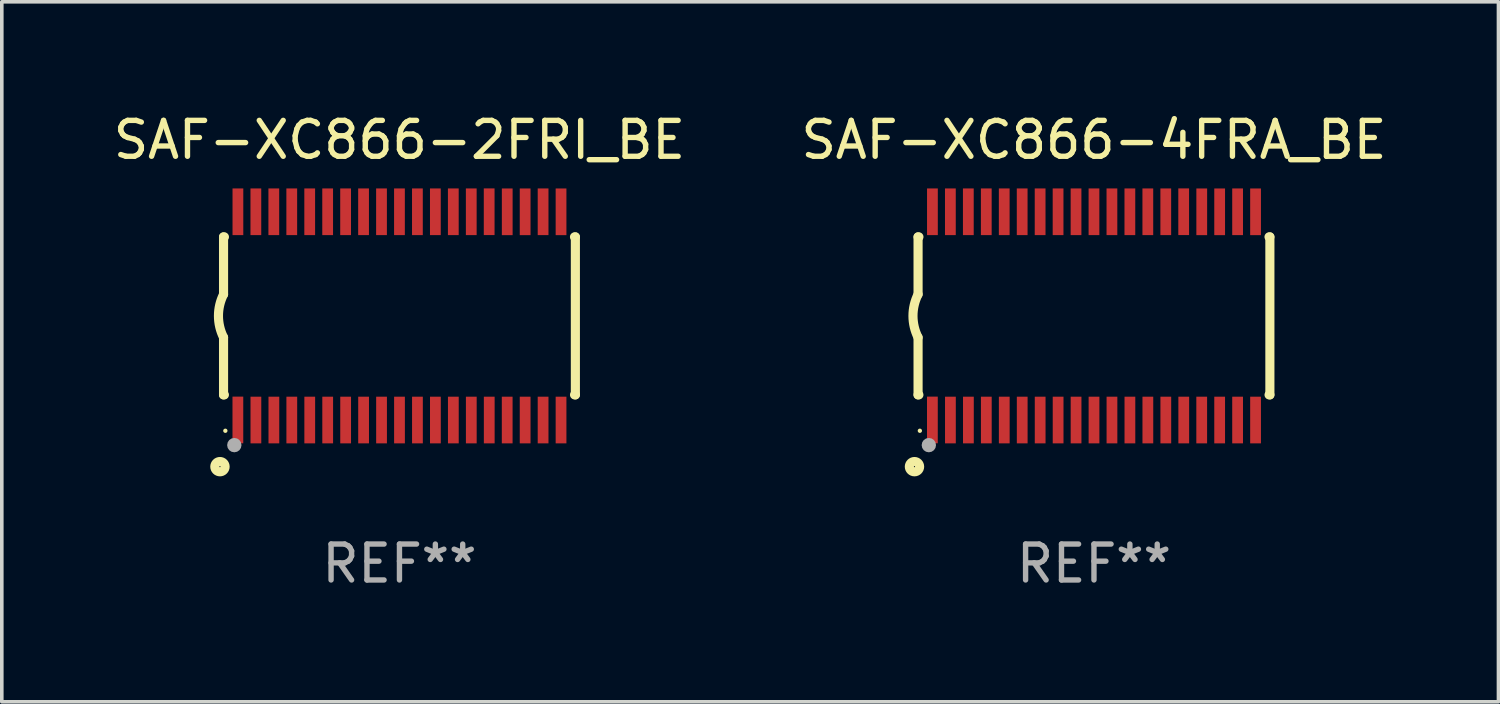
<source format=kicad_pcb>
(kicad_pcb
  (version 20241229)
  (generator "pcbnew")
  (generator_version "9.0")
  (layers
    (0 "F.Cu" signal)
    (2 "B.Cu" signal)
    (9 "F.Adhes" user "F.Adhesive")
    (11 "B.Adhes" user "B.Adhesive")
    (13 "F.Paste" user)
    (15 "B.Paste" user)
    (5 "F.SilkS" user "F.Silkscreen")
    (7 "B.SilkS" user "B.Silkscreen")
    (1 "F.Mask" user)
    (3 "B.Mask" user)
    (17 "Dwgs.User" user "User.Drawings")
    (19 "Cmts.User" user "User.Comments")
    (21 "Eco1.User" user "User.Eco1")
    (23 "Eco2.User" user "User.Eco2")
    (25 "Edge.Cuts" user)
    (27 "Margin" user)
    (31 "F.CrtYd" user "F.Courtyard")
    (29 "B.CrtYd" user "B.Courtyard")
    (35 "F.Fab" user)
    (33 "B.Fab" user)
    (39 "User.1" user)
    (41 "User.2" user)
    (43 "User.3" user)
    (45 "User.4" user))
  (footprint "SAF-XC866-4FRA_BE"
    (layer "F.Cu")
    (at 27.423 5.749)
    (property "Reference" "SAF-XC866-4FRA_BE" (at 0 -4.901 0) (layer "F.SilkS") (effects (font (size 1 1) (thickness 0.15))))
    (attr through_hole)
    (fp_line (start -4.9 -2.2) (end -4.9 -0.6) (stroke (width 0.254) (type solid)) (layer "F.SilkS"))
    (fp_line (start -4.9 -2.2) (end -4.876 -2.2) (stroke (width 0.254) (type solid)) (layer "F.SilkS"))
    (fp_line (start -4.9 2.2) (end -4.9 0.6) (stroke (width 0.254) (type solid)) (layer "F.SilkS"))
    (fp_line (start -4.9 2.2) (end -4.877 2.2) (stroke (width 0.254) (type solid)) (layer "F.SilkS"))
    (fp_line (start 4.876 -2.2) (end 4.9 -2.2) (stroke (width 0.254) (type solid)) (layer "F.SilkS"))
    (fp_line (start 4.877 2.2) (end 4.9 2.2) (stroke (width 0.254) (type solid)) (layer "F.SilkS"))
    (fp_line (start 4.9 -2.2) (end 4.9 2.2) (stroke (width 0.254) (type solid)) (layer "F.SilkS"))
    (fp_arc (start -4.900051 0.599822) (mid -5.041652 -0.000095) (end -4.9 -0.6) (stroke (width 0.254001) (type solid)) (layer "F.SilkS"))
    (fp_circle (center -5 4.2) (end -4.857 4.2) (stroke (width 0.254) (type solid)) (fill no) (layer "F.SilkS"))
    (fp_circle (center -4.85 3.2) (end -4.82 3.2) (stroke (width 0.06) (type solid)) (fill no) (layer "F.SilkS"))
    (fp_circle (center -4.6 3.6) (end -4.5 3.6) (stroke (width 0.2) (type solid)) (fill no) (layer "F.Fab"))
    (fp_text user "REF**" (at 0 6.901 0) (layer "F.Fab") (effects (font (size 1 1) (thickness 0.15))))
    (pad "1" smd rect (at -4.501 2.899 90) (size 1.3 0.3) (layers "F.Cu" "F.Mask" "F.Paste"))
    (pad "2" smd rect (at -3.999 2.901 90) (size 1.3 0.3) (layers "F.Cu" "F.Mask" "F.Paste"))
    (pad "3" smd rect (at -3.498 2.901 90) (size 1.3 0.3) (layers "F.Cu" "F.Mask" "F.Paste"))
    (pad "4" smd rect (at -2.999 2.901 90) (size 1.3 0.3) (layers "F.Cu" "F.Mask" "F.Paste"))
    (pad "5" smd rect (at -2.499 2.901 90) (size 1.3 0.3) (layers "F.Cu" "F.Mask" "F.Paste"))
    (pad "6" smd rect (at -1.999 2.901 90) (size 1.3 0.3) (layers "F.Cu" "F.Mask" "F.Paste"))
    (pad "7" smd rect (at -1.499 2.901 90) (size 1.3 0.3) (layers "F.Cu" "F.Mask" "F.Paste"))
    (pad "8" smd rect (at -0.999 2.901 90) (size 1.3 0.3) (layers "F.Cu" "F.Mask" "F.Paste"))
    (pad "9" smd rect (at -0.499 2.901 90) (size 1.3 0.3) (layers "F.Cu" "F.Mask" "F.Paste"))
    (pad "10" smd rect (at 0.001 2.901 90) (size 1.3 0.3) (layers "F.Cu" "F.Mask" "F.Paste"))
    (pad "11" smd rect (at 0.501 2.901 90) (size 1.3 0.3) (layers "F.Cu" "F.Mask" "F.Paste"))
    (pad "12" smd rect (at 1.001 2.901 90) (size 1.3 0.3) (layers "F.Cu" "F.Mask" "F.Paste"))
    (pad "13" smd rect (at 1.501 2.901 90) (size 1.3 0.3) (layers "F.Cu" "F.Mask" "F.Paste"))
    (pad "14" smd rect (at 2.001 2.901 90) (size 1.3 0.3) (layers "F.Cu" "F.Mask" "F.Paste"))
    (pad "15" smd rect (at 2.501 2.901 90) (size 1.3 0.3) (layers "F.Cu" "F.Mask" "F.Paste"))
    (pad "16" smd rect (at 3.001 2.901 90) (size 1.3 0.3) (layers "F.Cu" "F.Mask" "F.Paste"))
    (pad "17" smd rect (at 3.501 2.901 90) (size 1.3 0.3) (layers "F.Cu" "F.Mask" "F.Paste"))
    (pad "18" smd rect (at 4.001 2.901 90) (size 1.3 0.3) (layers "F.Cu" "F.Mask" "F.Paste"))
    (pad "19" smd rect (at 4.501 2.901 90) (size 1.3 0.3) (layers "F.Cu" "F.Mask" "F.Paste"))
    (pad "20" smd rect (at 4.501 -2.899 90) (size 1.3 0.3) (layers "F.Cu" "F.Mask" "F.Paste"))
    (pad "21" smd rect (at 4.001 -2.9 90) (size 1.3 0.3) (layers "F.Cu" "F.Mask" "F.Paste"))
    (pad "22" smd rect (at 3.501 -2.899 90) (size 1.3 0.3) (layers "F.Cu" "F.Mask" "F.Paste"))
    (pad "23" smd rect (at 3.002 -2.899 90) (size 1.3 0.3) (layers "F.Cu" "F.Mask" "F.Paste"))
    (pad "24" smd rect (at 2.499 -2.901 90) (size 1.3 0.3) (layers "F.Cu" "F.Mask" "F.Paste"))
    (pad "25" smd rect (at 2 -2.9 90) (size 1.3 0.3) (layers "F.Cu" "F.Mask" "F.Paste"))
    (pad "26" smd rect (at 1.5 -2.9 90) (size 1.3 0.3) (layers "F.Cu" "F.Mask" "F.Paste"))
    (pad "27" smd rect (at 1 -2.9 90) (size 1.3 0.3) (layers "F.Cu" "F.Mask" "F.Paste"))
    (pad "28" smd rect (at 0.5 -2.9 90) (size 1.3 0.3) (layers "F.Cu" "F.Mask" "F.Paste"))
    (pad "29" smd rect (at 0.000127 -2.9 90) (size 1.3 0.3) (layers "F.Cu" "F.Mask" "F.Paste"))
    (pad "30" smd rect (at -0.5 -2.9 90) (size 1.3 0.3) (layers "F.Cu" "F.Mask" "F.Paste"))
    (pad "31" smd rect (at -1 -2.9 90) (size 1.3 0.3) (layers "F.Cu" "F.Mask" "F.Paste"))
    (pad "32" smd rect (at -1.5 -2.9 90) (size 1.3 0.3) (layers "F.Cu" "F.Mask" "F.Paste"))
    (pad "33" smd rect (at -2 -2.9 90) (size 1.3 0.3) (layers "F.Cu" "F.Mask" "F.Paste"))
    (pad "34" smd rect (at -2.5 -2.9 90) (size 1.3 0.3) (layers "F.Cu" "F.Mask" "F.Paste"))
    (pad "35" smd rect (at -3 -2.9 90) (size 1.3 0.3) (layers "F.Cu" "F.Mask" "F.Paste"))
    (pad "36" smd rect (at -3.5 -2.9 90) (size 1.3 0.3) (layers "F.Cu" "F.Mask" "F.Paste"))
    (pad "37" smd rect (at -4 -2.9 90) (size 1.3 0.3) (layers "F.Cu" "F.Mask" "F.Paste"))
    (pad "38" smd rect (at -4.5 -2.9 90) (size 1.3 0.3) (layers "F.Cu" "F.Mask" "F.Paste")))
  (footprint "SAF-XC866-2FRI_BE"
    (layer "F.Cu")
    (at 8.077 5.749)
    (property "Reference" "SAF-XC866-2FRI_BE" (at 0 -4.901 0) (layer "F.SilkS") (effects (font (size 1 1) (thickness 0.15))))
    (attr through_hole)
    (fp_line (start -4.9 -2.2) (end -4.9 -0.6) (stroke (width 0.254) (type solid)) (layer "F.SilkS"))
    (fp_line (start -4.9 -2.2) (end -4.876 -2.2) (stroke (width 0.254) (type solid)) (layer "F.SilkS"))
    (fp_line (start -4.9 2.2) (end -4.9 0.6) (stroke (width 0.254) (type solid)) (layer "F.SilkS"))
    (fp_line (start -4.9 2.2) (end -4.877 2.2) (stroke (width 0.254) (type solid)) (layer "F.SilkS"))
    (fp_line (start 4.876 -2.2) (end 4.9 -2.2) (stroke (width 0.254) (type solid)) (layer "F.SilkS"))
    (fp_line (start 4.877 2.2) (end 4.9 2.2) (stroke (width 0.254) (type solid)) (layer "F.SilkS"))
    (fp_line (start 4.9 -2.2) (end 4.9 2.2) (stroke (width 0.254) (type solid)) (layer "F.SilkS"))
    (fp_arc (start -4.900051 0.599822) (mid -5.041652 -0.000095) (end -4.9 -0.6) (stroke (width 0.254001) (type solid)) (layer "F.SilkS"))
    (fp_circle (center -5 4.2) (end -4.857 4.2) (stroke (width 0.254) (type solid)) (fill no) (layer "F.SilkS"))
    (fp_circle (center -4.85 3.2) (end -4.82 3.2) (stroke (width 0.06) (type solid)) (fill no) (layer "F.SilkS"))
    (fp_circle (center -4.6 3.6) (end -4.5 3.6) (stroke (width 0.2) (type solid)) (fill no) (layer "F.Fab"))
    (fp_text user "REF**" (at 0 6.901 0) (layer "F.Fab") (effects (font (size 1 1) (thickness 0.15))))
    (pad "1" smd rect (at -4.501 2.899 90) (size 1.3 0.3) (layers "F.Cu" "F.Mask" "F.Paste"))
    (pad "2" smd rect (at -3.999 2.901 90) (size 1.3 0.3) (layers "F.Cu" "F.Mask" "F.Paste"))
    (pad "3" smd rect (at -3.498 2.901 90) (size 1.3 0.3) (layers "F.Cu" "F.Mask" "F.Paste"))
    (pad "4" smd rect (at -2.999 2.901 90) (size 1.3 0.3) (layers "F.Cu" "F.Mask" "F.Paste"))
    (pad "5" smd rect (at -2.499 2.901 90) (size 1.3 0.3) (layers "F.Cu" "F.Mask" "F.Paste"))
    (pad "6" smd rect (at -1.999 2.901 90) (size 1.3 0.3) (layers "F.Cu" "F.Mask" "F.Paste"))
    (pad "7" smd rect (at -1.499 2.901 90) (size 1.3 0.3) (layers "F.Cu" "F.Mask" "F.Paste"))
    (pad "8" smd rect (at -0.999 2.901 90) (size 1.3 0.3) (layers "F.Cu" "F.Mask" "F.Paste"))
    (pad "9" smd rect (at -0.499 2.901 90) (size 1.3 0.3) (layers "F.Cu" "F.Mask" "F.Paste"))
    (pad "10" smd rect (at 0.001 2.901 90) (size 1.3 0.3) (layers "F.Cu" "F.Mask" "F.Paste"))
    (pad "11" smd rect (at 0.501 2.901 90) (size 1.3 0.3) (layers "F.Cu" "F.Mask" "F.Paste"))
    (pad "12" smd rect (at 1.001 2.901 90) (size 1.3 0.3) (layers "F.Cu" "F.Mask" "F.Paste"))
    (pad "13" smd rect (at 1.501 2.901 90) (size 1.3 0.3) (layers "F.Cu" "F.Mask" "F.Paste"))
    (pad "14" smd rect (at 2.001 2.901 90) (size 1.3 0.3) (layers "F.Cu" "F.Mask" "F.Paste"))
    (pad "15" smd rect (at 2.501 2.901 90) (size 1.3 0.3) (layers "F.Cu" "F.Mask" "F.Paste"))
    (pad "16" smd rect (at 3.001 2.901 90) (size 1.3 0.3) (layers "F.Cu" "F.Mask" "F.Paste"))
    (pad "17" smd rect (at 3.501 2.901 90) (size 1.3 0.3) (layers "F.Cu" "F.Mask" "F.Paste"))
    (pad "18" smd rect (at 4.001 2.901 90) (size 1.3 0.3) (layers "F.Cu" "F.Mask" "F.Paste"))
    (pad "19" smd rect (at 4.501 2.901 90) (size 1.3 0.3) (layers "F.Cu" "F.Mask" "F.Paste"))
    (pad "20" smd rect (at 4.501 -2.899 90) (size 1.3 0.3) (layers "F.Cu" "F.Mask" "F.Paste"))
    (pad "21" smd rect (at 4.001 -2.9 90) (size 1.3 0.3) (layers "F.Cu" "F.Mask" "F.Paste"))
    (pad "22" smd rect (at 3.501 -2.899 90) (size 1.3 0.3) (layers "F.Cu" "F.Mask" "F.Paste"))
    (pad "23" smd rect (at 3.002 -2.899 90) (size 1.3 0.3) (layers "F.Cu" "F.Mask" "F.Paste"))
    (pad "24" smd rect (at 2.499 -2.901 90) (size 1.3 0.3) (layers "F.Cu" "F.Mask" "F.Paste"))
    (pad "25" smd rect (at 2 -2.9 90) (size 1.3 0.3) (layers "F.Cu" "F.Mask" "F.Paste"))
    (pad "26" smd rect (at 1.5 -2.9 90) (size 1.3 0.3) (layers "F.Cu" "F.Mask" "F.Paste"))
    (pad "27" smd rect (at 1 -2.9 90) (size 1.3 0.3) (layers "F.Cu" "F.Mask" "F.Paste"))
    (pad "28" smd rect (at 0.5 -2.9 90) (size 1.3 0.3) (layers "F.Cu" "F.Mask" "F.Paste"))
    (pad "29" smd rect (at 0.000127 -2.9 90) (size 1.3 0.3) (layers "F.Cu" "F.Mask" "F.Paste"))
    (pad "30" smd rect (at -0.5 -2.9 90) (size 1.3 0.3) (layers "F.Cu" "F.Mask" "F.Paste"))
    (pad "31" smd rect (at -1 -2.9 90) (size 1.3 0.3) (layers "F.Cu" "F.Mask" "F.Paste"))
    (pad "32" smd rect (at -1.5 -2.9 90) (size 1.3 0.3) (layers "F.Cu" "F.Mask" "F.Paste"))
    (pad "33" smd rect (at -2 -2.9 90) (size 1.3 0.3) (layers "F.Cu" "F.Mask" "F.Paste"))
    (pad "34" smd rect (at -2.5 -2.9 90) (size 1.3 0.3) (layers "F.Cu" "F.Mask" "F.Paste"))
    (pad "35" smd rect (at -3 -2.9 90) (size 1.3 0.3) (layers "F.Cu" "F.Mask" "F.Paste"))
    (pad "36" smd rect (at -3.5 -2.9 90) (size 1.3 0.3) (layers "F.Cu" "F.Mask" "F.Paste"))
    (pad "37" smd rect (at -4 -2.9 90) (size 1.3 0.3) (layers "F.Cu" "F.Mask" "F.Paste"))
    (pad "38" smd rect (at -4.5 -2.9 90) (size 1.3 0.3) (layers "F.Cu" "F.Mask" "F.Paste")))
  (gr_rect
    (start -3 -3)
    (end 38.69 16.499)
    (stroke (width 0.1) (type default))
    (fill no)
    (layer "Edge.Cuts")))
</source>
